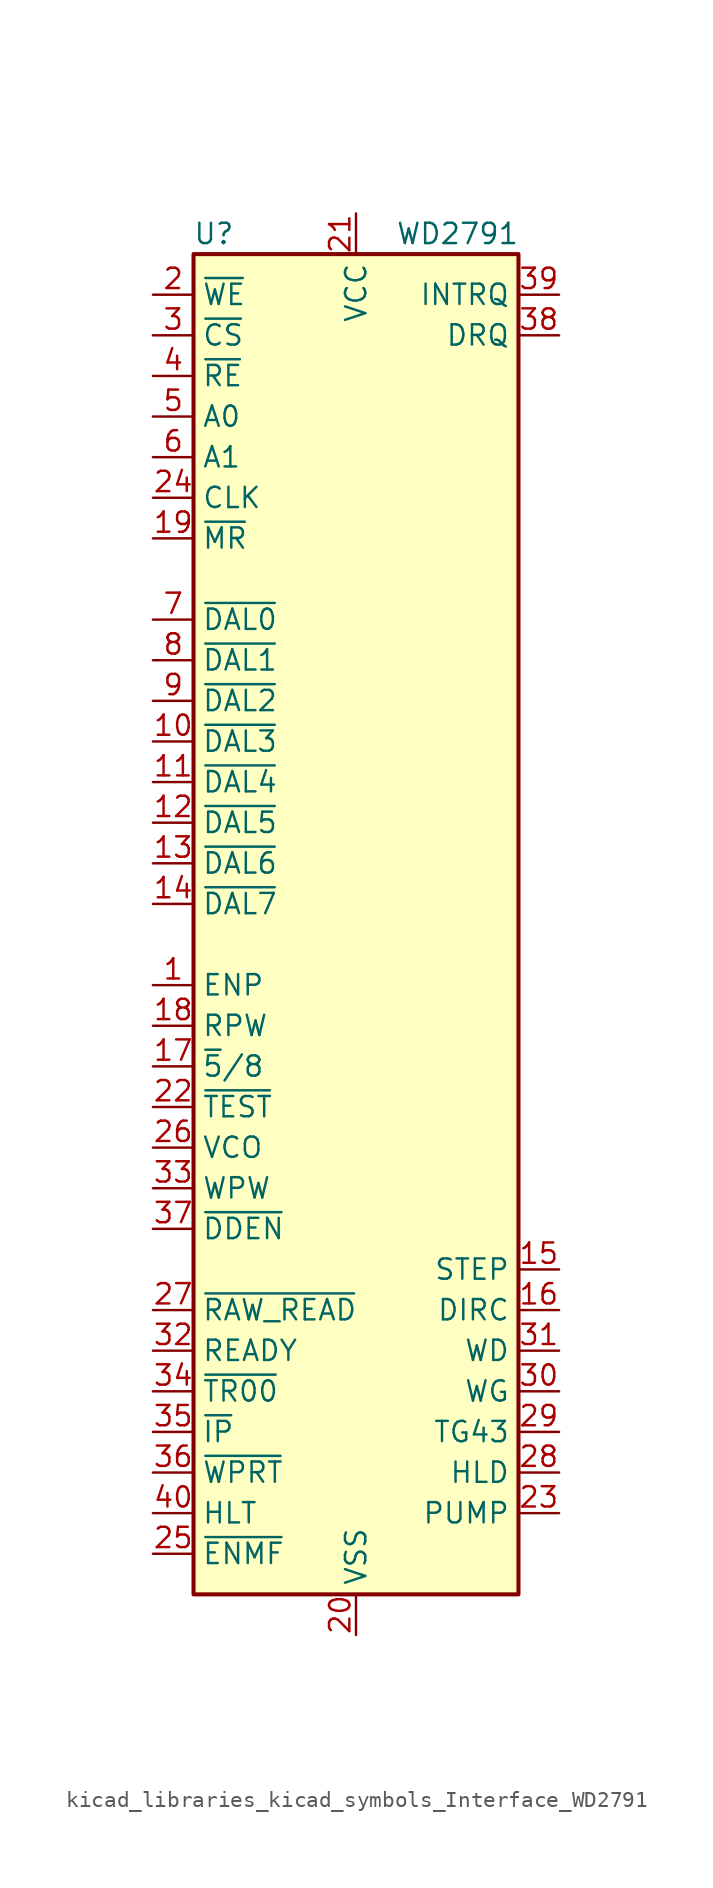
<source format=kicad_sym>
(kicad_symbol_lib
  (version 20220914)
  (generator kicad_symbol_editor)
  (symbol "kicad_libraries_kicad_symbols_Interface_WD2791"
    (property "Reference" "U"
      (at -8.89 44.45 0)
      (effects (font (size 1.27 1.27))))
    (property "Value" "WD2791"
      (at 6.35 44.45 0)
      (effects (font (size 1.27 1.27))))
    (symbol "kicad_libraries_kicad_symbols_Interface_WD2791_0_1"
      (rectangle (start -10.16 43.18) (end 10.16 -40.64) (stroke (width 0.254) (type default)) (fill (type background))))
    (symbol "kicad_libraries_kicad_symbols_Interface_WD2791_1_1"
      (pin input line (at -12.7 -2.54 0) (length 2.54) (name "ENP" (effects (font (size 1.27 1.27)))) (number "1" (effects (font (size 1.27 1.27)))))
      (pin tri_state line (at -12.7 12.7 0) (length 2.54) (name "~{DAL3}" (effects (font (size 1.27 1.27)))) (number "10" (effects (font (size 1.27 1.27)))))
      (pin tri_state line (at -12.7 10.16 0) (length 2.54) (name "~{DAL4}" (effects (font (size 1.27 1.27)))) (number "11" (effects (font (size 1.27 1.27)))))
      (pin tri_state line (at -12.7 7.62 0) (length 2.54) (name "~{DAL5}" (effects (font (size 1.27 1.27)))) (number "12" (effects (font (size 1.27 1.27)))))
      (pin tri_state line (at -12.7 5.08 0) (length 2.54) (name "~{DAL6}" (effects (font (size 1.27 1.27)))) (number "13" (effects (font (size 1.27 1.27)))))
      (pin tri_state line (at -12.7 2.54 0) (length 2.54) (name "~{DAL7}" (effects (font (size 1.27 1.27)))) (number "14" (effects (font (size 1.27 1.27)))))
      (pin output line (at 12.7 -20.32 180) (length 2.54) (name "STEP" (effects (font (size 1.27 1.27)))) (number "15" (effects (font (size 1.27 1.27)))))
      (pin output line (at 12.7 -22.86 180) (length 2.54) (name "DIRC" (effects (font (size 1.27 1.27)))) (number "16" (effects (font (size 1.27 1.27)))))
      (pin input line (at -12.7 -7.62 0) (length 2.54) (name "~{5}/8" (effects (font (size 1.27 1.27)))) (number "17" (effects (font (size 1.27 1.27)))))
      (pin input line (at -12.7 -5.08 0) (length 2.54) (name "RPW" (effects (font (size 1.27 1.27)))) (number "18" (effects (font (size 1.27 1.27)))))
      (pin input line (at -12.7 25.4 0) (length 2.54) (name "~{MR}" (effects (font (size 1.27 1.27)))) (number "19" (effects (font (size 1.27 1.27)))))
      (pin input line (at -12.7 40.64 0) (length 2.54) (name "~{WE}" (effects (font (size 1.27 1.27)))) (number "2" (effects (font (size 1.27 1.27)))))
      (pin power_in line (at 0 -43.18 90) (length 2.54) (name "VSS" (effects (font (size 1.27 1.27)))) (number "20" (effects (font (size 1.27 1.27)))))
      (pin power_in line (at 0 45.72 270) (length 2.54) (name "VCC" (effects (font (size 1.27 1.27)))) (number "21" (effects (font (size 1.27 1.27)))))
      (pin input line (at -12.7 -10.16 0) (length 2.54) (name "~{TEST}" (effects (font (size 1.27 1.27)))) (number "22" (effects (font (size 1.27 1.27)))))
      (pin output line (at 12.7 -35.56 180) (length 2.54) (name "PUMP" (effects (font (size 1.27 1.27)))) (number "23" (effects (font (size 1.27 1.27)))))
      (pin input line (at -12.7 27.94 0) (length 2.54) (name "CLK" (effects (font (size 1.27 1.27)))) (number "24" (effects (font (size 1.27 1.27)))))
      (pin input line (at -12.7 -38.1 0) (length 2.54) (name "~{ENMF}" (effects (font (size 1.27 1.27)))) (number "25" (effects (font (size 1.27 1.27)))))
      (pin input line (at -12.7 -12.7 0) (length 2.54) (name "VCO" (effects (font (size 1.27 1.27)))) (number "26" (effects (font (size 1.27 1.27)))))
      (pin input line (at -12.7 -22.86 0) (length 2.54) (name "~{RAW_READ}" (effects (font (size 1.27 1.27)))) (number "27" (effects (font (size 1.27 1.27)))))
      (pin output line (at 12.7 -33.02 180) (length 2.54) (name "HLD" (effects (font (size 1.27 1.27)))) (number "28" (effects (font (size 1.27 1.27)))))
      (pin output line (at 12.7 -30.48 180) (length 2.54) (name "TG43" (effects (font (size 1.27 1.27)))) (number "29" (effects (font (size 1.27 1.27)))))
      (pin input line (at -12.7 38.1 0) (length 2.54) (name "~{CS}" (effects (font (size 1.27 1.27)))) (number "3" (effects (font (size 1.27 1.27)))))
      (pin output line (at 12.7 -27.94 180) (length 2.54) (name "WG" (effects (font (size 1.27 1.27)))) (number "30" (effects (font (size 1.27 1.27)))))
      (pin output line (at 12.7 -25.4 180) (length 2.54) (name "WD" (effects (font (size 1.27 1.27)))) (number "31" (effects (font (size 1.27 1.27)))))
      (pin input line (at -12.7 -25.4 0) (length 2.54) (name "READY" (effects (font (size 1.27 1.27)))) (number "32" (effects (font (size 1.27 1.27)))))
      (pin input line (at -12.7 -15.24 0) (length 2.54) (name "WPW" (effects (font (size 1.27 1.27)))) (number "33" (effects (font (size 1.27 1.27)))))
      (pin input line (at -12.7 -27.94 0) (length 2.54) (name "~{TR00}" (effects (font (size 1.27 1.27)))) (number "34" (effects (font (size 1.27 1.27)))))
      (pin input line (at -12.7 -30.48 0) (length 2.54) (name "~{IP}" (effects (font (size 1.27 1.27)))) (number "35" (effects (font (size 1.27 1.27)))))
      (pin input line (at -12.7 -33.02 0) (length 2.54) (name "~{WPRT}" (effects (font (size 1.27 1.27)))) (number "36" (effects (font (size 1.27 1.27)))))
      (pin input line (at -12.7 -17.78 0) (length 2.54) (name "~{DDEN}" (effects (font (size 1.27 1.27)))) (number "37" (effects (font (size 1.27 1.27)))))
      (pin output line (at 12.7 38.1 180) (length 2.54) (name "DRQ" (effects (font (size 1.27 1.27)))) (number "38" (effects (font (size 1.27 1.27)))))
      (pin output line (at 12.7 40.64 180) (length 2.54) (name "INTRQ" (effects (font (size 1.27 1.27)))) (number "39" (effects (font (size 1.27 1.27)))))
      (pin input line (at -12.7 35.56 0) (length 2.54) (name "~{RE}" (effects (font (size 1.27 1.27)))) (number "4" (effects (font (size 1.27 1.27)))))
      (pin input line (at -12.7 -35.56 0) (length 2.54) (name "HLT" (effects (font (size 1.27 1.27)))) (number "40" (effects (font (size 1.27 1.27)))))
      (pin input line (at -12.7 33.02 0) (length 2.54) (name "A0" (effects (font (size 1.27 1.27)))) (number "5" (effects (font (size 1.27 1.27)))))
      (pin input line (at -12.7 30.48 0) (length 2.54) (name "A1" (effects (font (size 1.27 1.27)))) (number "6" (effects (font (size 1.27 1.27)))))
      (pin tri_state line (at -12.7 20.32 0) (length 2.54) (name "~{DAL0}" (effects (font (size 1.27 1.27)))) (number "7" (effects (font (size 1.27 1.27)))))
      (pin tri_state line (at -12.7 17.78 0) (length 2.54) (name "~{DAL1}" (effects (font (size 1.27 1.27)))) (number "8" (effects (font (size 1.27 1.27)))))
      (pin tri_state line (at -12.7 15.24 0) (length 2.54) (name "~{DAL2}" (effects (font (size 1.27 1.27)))) (number "9" (effects (font (size 1.27 1.27))))))))
</source>
